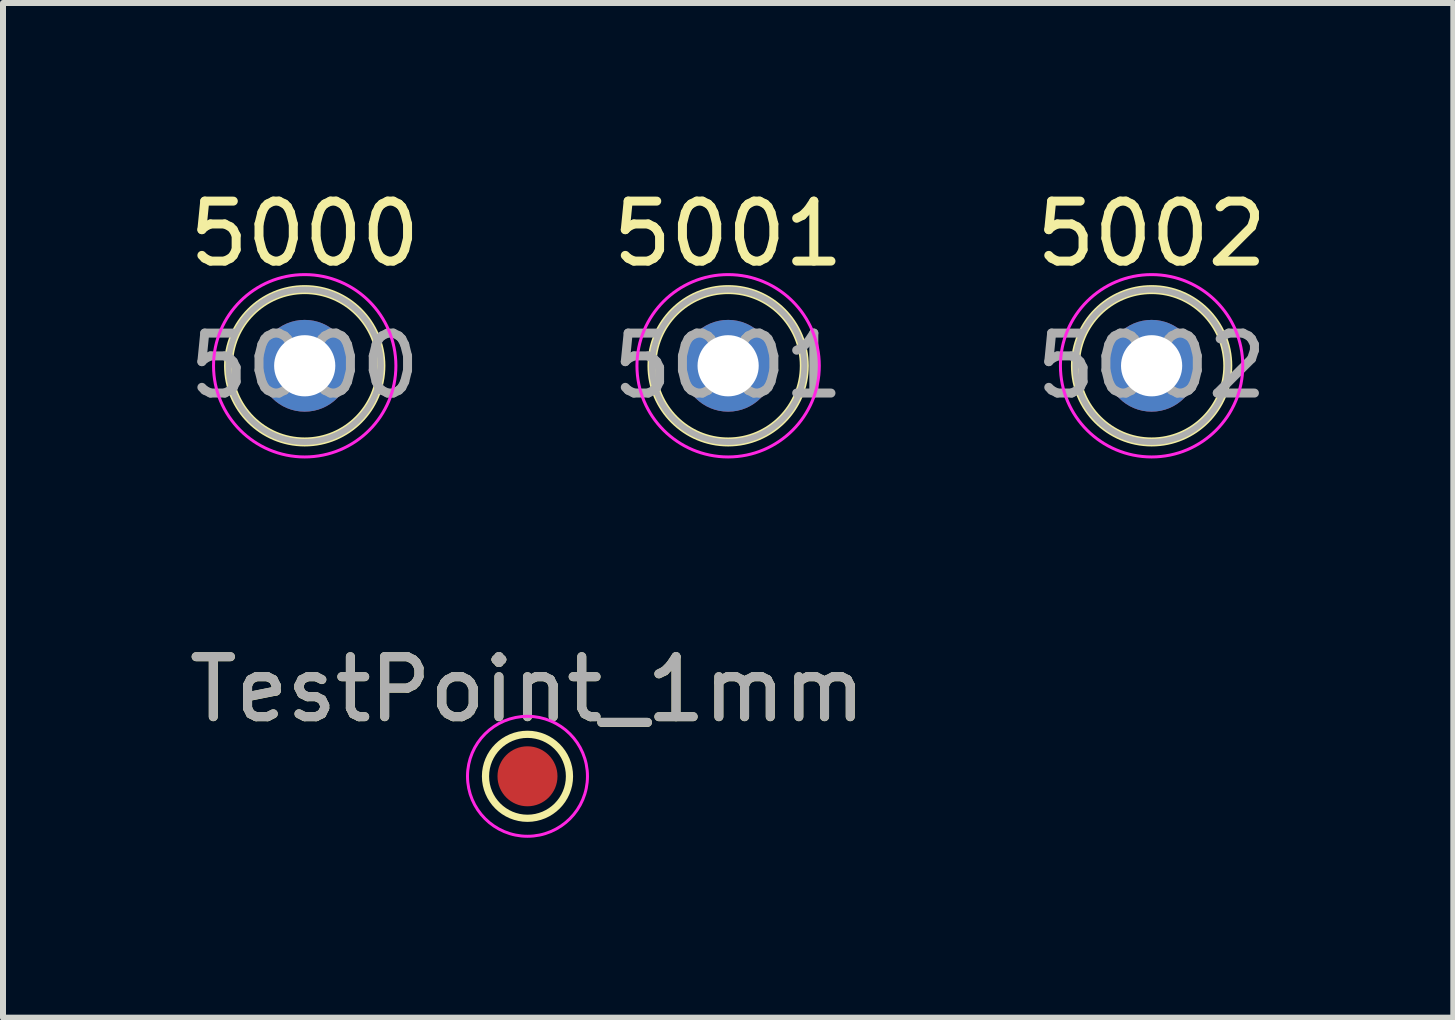
<source format=kicad_pcb>
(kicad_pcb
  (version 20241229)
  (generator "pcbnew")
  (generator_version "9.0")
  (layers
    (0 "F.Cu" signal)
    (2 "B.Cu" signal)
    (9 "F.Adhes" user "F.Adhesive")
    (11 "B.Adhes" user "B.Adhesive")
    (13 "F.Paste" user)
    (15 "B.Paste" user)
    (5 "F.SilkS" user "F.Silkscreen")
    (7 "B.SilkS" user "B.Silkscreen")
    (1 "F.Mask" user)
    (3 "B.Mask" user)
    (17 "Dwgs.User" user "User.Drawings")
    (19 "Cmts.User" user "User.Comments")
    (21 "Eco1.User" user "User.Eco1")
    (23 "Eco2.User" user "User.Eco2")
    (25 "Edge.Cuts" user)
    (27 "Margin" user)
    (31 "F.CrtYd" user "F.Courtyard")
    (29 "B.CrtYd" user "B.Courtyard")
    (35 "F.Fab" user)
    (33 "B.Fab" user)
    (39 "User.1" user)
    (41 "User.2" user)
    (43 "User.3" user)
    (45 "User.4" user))
  (footprint "5002"
    (layer "F.Cu")
    (at 16.149 3.048)
    (property "Reference" "5002" (at 0 -2.2 0) (layer "F.SilkS") (effects (font (size 1 1) (thickness 0.15))))
    (attr through_hole)
    (fp_circle (center 0 0) (end 1.27 0) (stroke (width 0.15) (type solid)) (fill no) (layer "F.SilkS"))
    (fp_circle (center 0 0) (end 1.52 0) (stroke (width 0.05) (type solid)) (fill no) (layer "F.CrtYd"))
    (fp_circle (center 0 0) (end 1.27 0) (stroke (width 0.1) (type solid)) (fill no) (layer "F.Fab"))
    (fp_text user "${REFERENCE}" (at 0 0 0) (layer "F.Fab") (effects (font (size 1 1) (thickness 0.15))))
    (pad "1" thru_hole circle (at 0 0) (size 1.53 1.53) (drill 1.02) (layers "*.Cu" "*.Mask")))
  (footprint "5000"
    (layer "F.Cu")
    (at 2.03 3.048)
    (property "Reference" "5000" (at 0 -2.2 0) (layer "F.SilkS") (effects (font (size 1 1) (thickness 0.15))))
    (attr through_hole)
    (fp_circle (center 0 0) (end 1.27 0) (stroke (width 0.15) (type solid)) (fill no) (layer "F.SilkS"))
    (fp_circle (center 0 0) (end 1.52 0) (stroke (width 0.05) (type solid)) (fill no) (layer "F.CrtYd"))
    (fp_circle (center 0 0) (end 1.27 0) (stroke (width 0.1) (type solid)) (fill no) (layer "F.Fab"))
    (fp_text user "${REFERENCE}" (at 0 0 0) (layer "F.Fab") (effects (font (size 1 1) (thickness 0.15))))
    (pad "1" thru_hole circle (at 0 0) (size 1.53 1.53) (drill 1.02) (layers "*.Cu" "*.Mask")))
  (footprint "TestPoint_1mm"
    (layer "F.Cu")
    (at 5.744 9.892)
    (property "Reference" "TestPoint_1mm" (at 0 -1.448 0) (layer "F.SilkS") (effects (font (size 1 1) (thickness 0.15))))
    (attr exclude_from_pos_files exclude_from_bom)
    (fp_circle (center 0 0) (end 0 0.7) (stroke (width 0.12) (type solid)) (fill no) (layer "F.SilkS"))
    (fp_circle (center 0 0) (end 1 0) (stroke (width 0.05) (type solid)) (fill no) (layer "F.CrtYd"))
    (fp_text user "${REFERENCE}" (at 0 -1.45 0) (layer "F.Fab") (effects (font (size 1 1) (thickness 0.15))))
    (pad "1" smd circle (at 0 0) (size 1 1) (layers "F.Cu" "F.Mask")))
  (footprint "5001"
    (layer "F.Cu")
    (at 9.089 3.048)
    (property "Reference" "5001" (at 0 -2.2 0) (layer "F.SilkS") (effects (font (size 1 1) (thickness 0.15))))
    (attr through_hole)
    (fp_circle (center 0 0) (end 1.27 0) (stroke (width 0.15) (type solid)) (fill no) (layer "F.SilkS"))
    (fp_circle (center 0 0) (end 1.52 0) (stroke (width 0.05) (type solid)) (fill no) (layer "F.CrtYd"))
    (fp_circle (center 0 0) (end 1.27 0) (stroke (width 0.1) (type solid)) (fill no) (layer "F.Fab"))
    (fp_text user "${REFERENCE}" (at 0 0 0) (layer "F.Fab") (effects (font (size 1 1) (thickness 0.15))))
    (pad "1" thru_hole circle (at 0 0) (size 1.53 1.53) (drill 1.02) (layers "*.Cu" "*.Mask")))
  (gr_rect
    (start -3 -3)
    (end 21.179 13.916)
    (stroke (width 0.1) (type default))
    (fill no)
    (layer "Edge.Cuts")))
</source>
